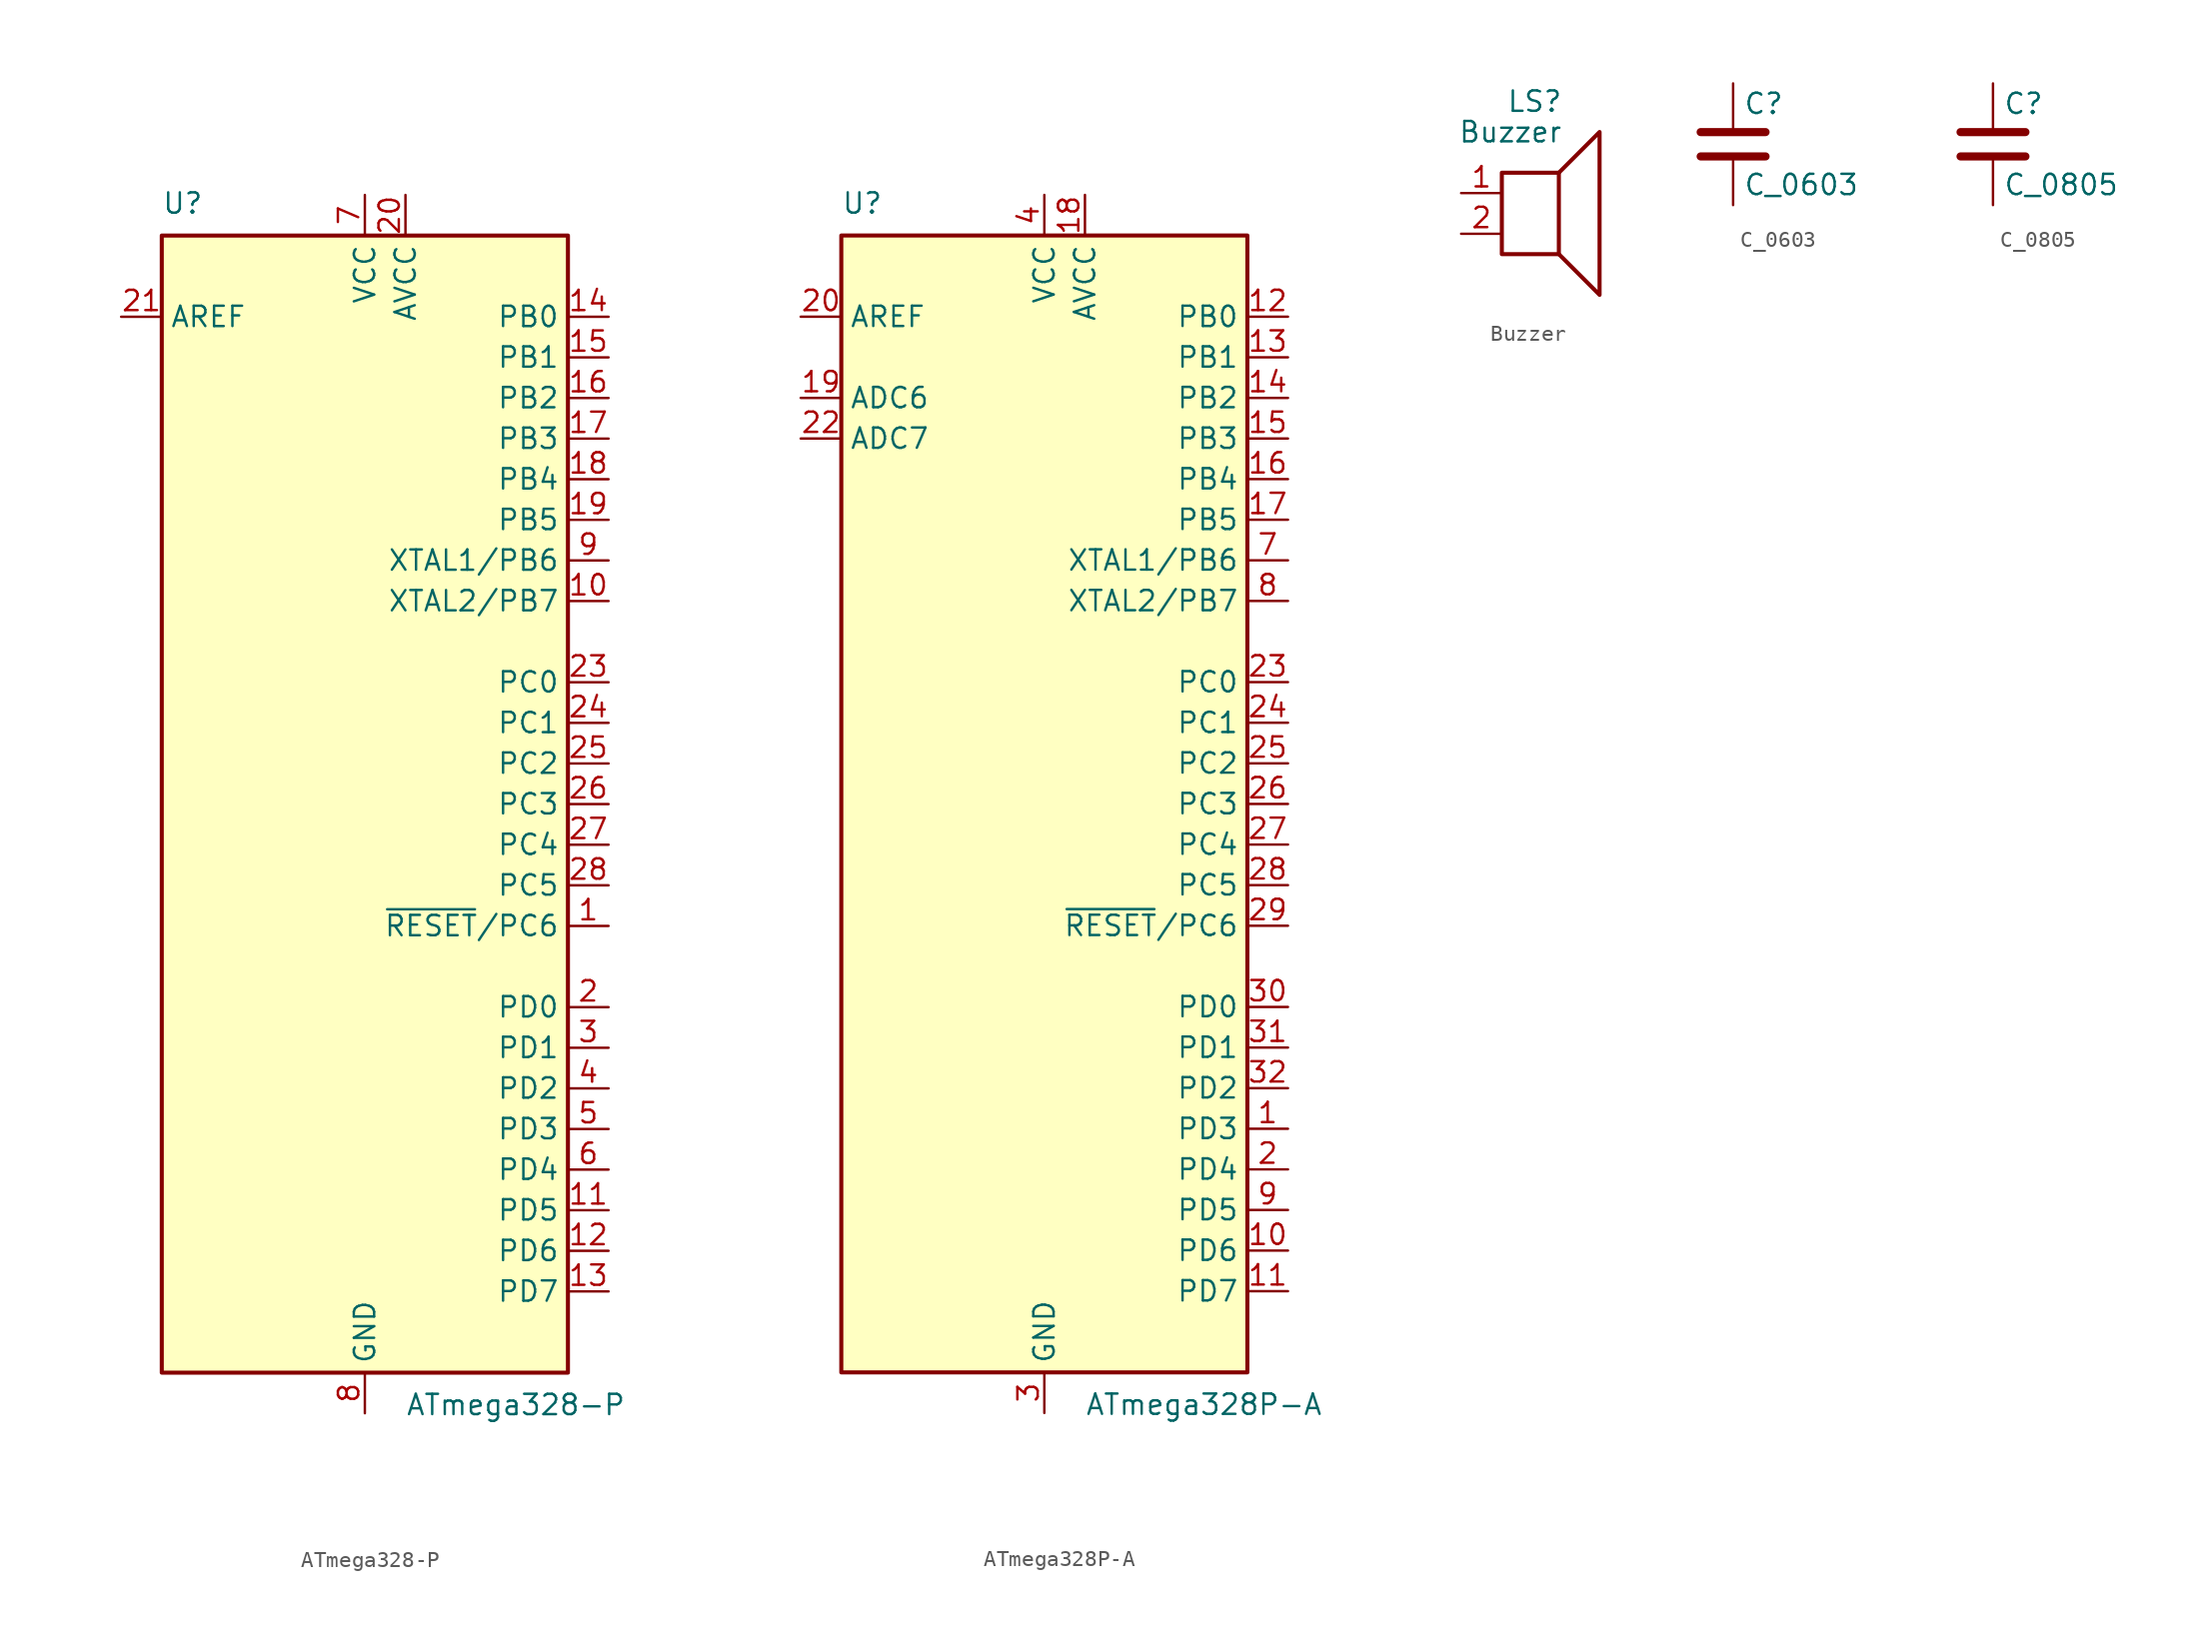
<source format=kicad_sym>
(kicad_symbol_lib
  (version 20211014)
  (generator kicad_symbol_editor)
  (symbol "ATmega328-P"
    (property "Reference" "U"
      (at -12.7 36.83 0)
      (effects (font (size 1.27 1.27)) (justify left bottom)))
    (property "Value" "ATmega328-P"
      (at 2.54 -36.83 0)
      (effects (font (size 1.27 1.27)) (justify left top)))
    (symbol "ATmega328-P_0_1"
      (rectangle (start -12.7 -35.56) (end 12.7 35.56) (stroke (width 0.254) (type default) (color 0 0 0 0)) (fill (type background))))
    (symbol "ATmega328-P_1_1"
      (pin bidirectional line (at 15.24 -7.62 180) (length 2.54) (name "~{RESET}/PC6" (effects (font (size 1.27 1.27)))) (number "1" (effects (font (size 1.27 1.27)))))
      (pin bidirectional line (at 15.24 12.7 180) (length 2.54) (name "XTAL2/PB7" (effects (font (size 1.27 1.27)))) (number "10" (effects (font (size 1.27 1.27)))))
      (pin bidirectional line (at 15.24 -25.4 180) (length 2.54) (name "PD5" (effects (font (size 1.27 1.27)))) (number "11" (effects (font (size 1.27 1.27)))))
      (pin bidirectional line (at 15.24 -27.94 180) (length 2.54) (name "PD6" (effects (font (size 1.27 1.27)))) (number "12" (effects (font (size 1.27 1.27)))))
      (pin bidirectional line (at 15.24 -30.48 180) (length 2.54) (name "PD7" (effects (font (size 1.27 1.27)))) (number "13" (effects (font (size 1.27 1.27)))))
      (pin bidirectional line (at 15.24 30.48 180) (length 2.54) (name "PB0" (effects (font (size 1.27 1.27)))) (number "14" (effects (font (size 1.27 1.27)))))
      (pin bidirectional line (at 15.24 27.94 180) (length 2.54) (name "PB1" (effects (font (size 1.27 1.27)))) (number "15" (effects (font (size 1.27 1.27)))))
      (pin bidirectional line (at 15.24 25.4 180) (length 2.54) (name "PB2" (effects (font (size 1.27 1.27)))) (number "16" (effects (font (size 1.27 1.27)))))
      (pin bidirectional line (at 15.24 22.86 180) (length 2.54) (name "PB3" (effects (font (size 1.27 1.27)))) (number "17" (effects (font (size 1.27 1.27)))))
      (pin bidirectional line (at 15.24 20.32 180) (length 2.54) (name "PB4" (effects (font (size 1.27 1.27)))) (number "18" (effects (font (size 1.27 1.27)))))
      (pin bidirectional line (at 15.24 17.78 180) (length 2.54) (name "PB5" (effects (font (size 1.27 1.27)))) (number "19" (effects (font (size 1.27 1.27)))))
      (pin bidirectional line (at 15.24 -12.7 180) (length 2.54) (name "PD0" (effects (font (size 1.27 1.27)))) (number "2" (effects (font (size 1.27 1.27)))))
      (pin power_in line (at 2.54 38.1 270) (length 2.54) (name "AVCC" (effects (font (size 1.27 1.27)))) (number "20" (effects (font (size 1.27 1.27)))))
      (pin passive line (at -15.24 30.48 0) (length 2.54) (name "AREF" (effects (font (size 1.27 1.27)))) (number "21" (effects (font (size 1.27 1.27)))))
      (pin passive line (at 0 -38.1 90) (length 2.54) hide (name "GND" (effects (font (size 1.27 1.27)))) (number "22" (effects (font (size 1.27 1.27)))))
      (pin bidirectional line (at 15.24 7.62 180) (length 2.54) (name "PC0" (effects (font (size 1.27 1.27)))) (number "23" (effects (font (size 1.27 1.27)))))
      (pin bidirectional line (at 15.24 5.08 180) (length 2.54) (name "PC1" (effects (font (size 1.27 1.27)))) (number "24" (effects (font (size 1.27 1.27)))))
      (pin bidirectional line (at 15.24 2.54 180) (length 2.54) (name "PC2" (effects (font (size 1.27 1.27)))) (number "25" (effects (font (size 1.27 1.27)))))
      (pin bidirectional line (at 15.24 0 180) (length 2.54) (name "PC3" (effects (font (size 1.27 1.27)))) (number "26" (effects (font (size 1.27 1.27)))))
      (pin bidirectional line (at 15.24 -2.54 180) (length 2.54) (name "PC4" (effects (font (size 1.27 1.27)))) (number "27" (effects (font (size 1.27 1.27)))))
      (pin bidirectional line (at 15.24 -5.08 180) (length 2.54) (name "PC5" (effects (font (size 1.27 1.27)))) (number "28" (effects (font (size 1.27 1.27)))))
      (pin bidirectional line (at 15.24 -15.24 180) (length 2.54) (name "PD1" (effects (font (size 1.27 1.27)))) (number "3" (effects (font (size 1.27 1.27)))))
      (pin bidirectional line (at 15.24 -17.78 180) (length 2.54) (name "PD2" (effects (font (size 1.27 1.27)))) (number "4" (effects (font (size 1.27 1.27)))))
      (pin bidirectional line (at 15.24 -20.32 180) (length 2.54) (name "PD3" (effects (font (size 1.27 1.27)))) (number "5" (effects (font (size 1.27 1.27)))))
      (pin bidirectional line (at 15.24 -22.86 180) (length 2.54) (name "PD4" (effects (font (size 1.27 1.27)))) (number "6" (effects (font (size 1.27 1.27)))))
      (pin power_in line (at 0 38.1 270) (length 2.54) (name "VCC" (effects (font (size 1.27 1.27)))) (number "7" (effects (font (size 1.27 1.27)))))
      (pin power_in line (at 0 -38.1 90) (length 2.54) (name "GND" (effects (font (size 1.27 1.27)))) (number "8" (effects (font (size 1.27 1.27)))))
      (pin bidirectional line (at 15.24 15.24 180) (length 2.54) (name "XTAL1/PB6" (effects (font (size 1.27 1.27)))) (number "9" (effects (font (size 1.27 1.27)))))))
  (symbol "ATmega328P-A"
    (property "Reference" "U"
      (at -12.7 36.83 0)
      (effects (font (size 1.27 1.27)) (justify left bottom)))
    (property "Value" "ATmega328P-A"
      (at 2.54 -36.83 0)
      (effects (font (size 1.27 1.27)) (justify left top)))
    (symbol "ATmega328P-A_0_1"
      (rectangle (start -12.7 -35.56) (end 12.7 35.56) (stroke (width 0.254) (type default) (color 0 0 0 0)) (fill (type background))))
    (symbol "ATmega328P-A_1_1"
      (pin bidirectional line (at 15.24 -20.32 180) (length 2.54) (name "PD3" (effects (font (size 1.27 1.27)))) (number "1" (effects (font (size 1.27 1.27)))))
      (pin bidirectional line (at 15.24 -27.94 180) (length 2.54) (name "PD6" (effects (font (size 1.27 1.27)))) (number "10" (effects (font (size 1.27 1.27)))))
      (pin bidirectional line (at 15.24 -30.48 180) (length 2.54) (name "PD7" (effects (font (size 1.27 1.27)))) (number "11" (effects (font (size 1.27 1.27)))))
      (pin bidirectional line (at 15.24 30.48 180) (length 2.54) (name "PB0" (effects (font (size 1.27 1.27)))) (number "12" (effects (font (size 1.27 1.27)))))
      (pin bidirectional line (at 15.24 27.94 180) (length 2.54) (name "PB1" (effects (font (size 1.27 1.27)))) (number "13" (effects (font (size 1.27 1.27)))))
      (pin bidirectional line (at 15.24 25.4 180) (length 2.54) (name "PB2" (effects (font (size 1.27 1.27)))) (number "14" (effects (font (size 1.27 1.27)))))
      (pin bidirectional line (at 15.24 22.86 180) (length 2.54) (name "PB3" (effects (font (size 1.27 1.27)))) (number "15" (effects (font (size 1.27 1.27)))))
      (pin bidirectional line (at 15.24 20.32 180) (length 2.54) (name "PB4" (effects (font (size 1.27 1.27)))) (number "16" (effects (font (size 1.27 1.27)))))
      (pin bidirectional line (at 15.24 17.78 180) (length 2.54) (name "PB5" (effects (font (size 1.27 1.27)))) (number "17" (effects (font (size 1.27 1.27)))))
      (pin power_in line (at 2.54 38.1 270) (length 2.54) (name "AVCC" (effects (font (size 1.27 1.27)))) (number "18" (effects (font (size 1.27 1.27)))))
      (pin input line (at -15.24 25.4 0) (length 2.54) (name "ADC6" (effects (font (size 1.27 1.27)))) (number "19" (effects (font (size 1.27 1.27)))))
      (pin bidirectional line (at 15.24 -22.86 180) (length 2.54) (name "PD4" (effects (font (size 1.27 1.27)))) (number "2" (effects (font (size 1.27 1.27)))))
      (pin passive line (at -15.24 30.48 0) (length 2.54) (name "AREF" (effects (font (size 1.27 1.27)))) (number "20" (effects (font (size 1.27 1.27)))))
      (pin passive line (at 0 -38.1 90) (length 2.54) hide (name "GND" (effects (font (size 1.27 1.27)))) (number "21" (effects (font (size 1.27 1.27)))))
      (pin input line (at -15.24 22.86 0) (length 2.54) (name "ADC7" (effects (font (size 1.27 1.27)))) (number "22" (effects (font (size 1.27 1.27)))))
      (pin bidirectional line (at 15.24 7.62 180) (length 2.54) (name "PC0" (effects (font (size 1.27 1.27)))) (number "23" (effects (font (size 1.27 1.27)))))
      (pin bidirectional line (at 15.24 5.08 180) (length 2.54) (name "PC1" (effects (font (size 1.27 1.27)))) (number "24" (effects (font (size 1.27 1.27)))))
      (pin bidirectional line (at 15.24 2.54 180) (length 2.54) (name "PC2" (effects (font (size 1.27 1.27)))) (number "25" (effects (font (size 1.27 1.27)))))
      (pin bidirectional line (at 15.24 0 180) (length 2.54) (name "PC3" (effects (font (size 1.27 1.27)))) (number "26" (effects (font (size 1.27 1.27)))))
      (pin bidirectional line (at 15.24 -2.54 180) (length 2.54) (name "PC4" (effects (font (size 1.27 1.27)))) (number "27" (effects (font (size 1.27 1.27)))))
      (pin bidirectional line (at 15.24 -5.08 180) (length 2.54) (name "PC5" (effects (font (size 1.27 1.27)))) (number "28" (effects (font (size 1.27 1.27)))))
      (pin bidirectional line (at 15.24 -7.62 180) (length 2.54) (name "~{RESET}/PC6" (effects (font (size 1.27 1.27)))) (number "29" (effects (font (size 1.27 1.27)))))
      (pin power_in line (at 0 -38.1 90) (length 2.54) (name "GND" (effects (font (size 1.27 1.27)))) (number "3" (effects (font (size 1.27 1.27)))))
      (pin bidirectional line (at 15.24 -12.7 180) (length 2.54) (name "PD0" (effects (font (size 1.27 1.27)))) (number "30" (effects (font (size 1.27 1.27)))))
      (pin bidirectional line (at 15.24 -15.24 180) (length 2.54) (name "PD1" (effects (font (size 1.27 1.27)))) (number "31" (effects (font (size 1.27 1.27)))))
      (pin bidirectional line (at 15.24 -17.78 180) (length 2.54) (name "PD2" (effects (font (size 1.27 1.27)))) (number "32" (effects (font (size 1.27 1.27)))))
      (pin power_in line (at 0 38.1 270) (length 2.54) (name "VCC" (effects (font (size 1.27 1.27)))) (number "4" (effects (font (size 1.27 1.27)))))
      (pin passive line (at 0 -38.1 90) (length 2.54) hide (name "GND" (effects (font (size 1.27 1.27)))) (number "5" (effects (font (size 1.27 1.27)))))
      (pin passive line (at 0 38.1 270) (length 2.54) hide (name "VCC" (effects (font (size 1.27 1.27)))) (number "6" (effects (font (size 1.27 1.27)))))
      (pin bidirectional line (at 15.24 15.24 180) (length 2.54) (name "XTAL1/PB6" (effects (font (size 1.27 1.27)))) (number "7" (effects (font (size 1.27 1.27)))))
      (pin bidirectional line (at 15.24 12.7 180) (length 2.54) (name "XTAL2/PB7" (effects (font (size 1.27 1.27)))) (number "8" (effects (font (size 1.27 1.27)))))
      (pin bidirectional line (at 15.24 -25.4 180) (length 2.54) (name "PD5" (effects (font (size 1.27 1.27)))) (number "9" (effects (font (size 1.27 1.27)))))))
  (symbol "Buzzer"
    (pin_names
      (offset 0) hide)
    (property "Reference" "LS"
      (at 1.27 5.715 0)
      (effects (font (size 1.27 1.27)) (justify right)))
    (property "Value" "Buzzer"
      (at 1.27 3.81 0)
      (effects (font (size 1.27 1.27)) (justify right)))
    (symbol "Buzzer_0_0"
      (rectangle (start -2.54 1.27) (end 1.016 -3.81) (stroke (width 0.254) (type default) (color 0 0 0 0)) (fill (type none)))
      (polyline (pts (xy 1.016 1.27) (xy 3.556 3.81) (xy 3.556 -6.35) (xy 1.016 -3.81)) (stroke (width 0.254) (type default) (color 0 0 0 0)) (fill (type none))))
    (symbol "Buzzer_1_1"
      (pin input line (at -5.08 0 0) (length 2.54) (name "1" (effects (font (size 1.27 1.27)))) (number "1" (effects (font (size 1.27 1.27)))))
      (pin input line (at -5.08 -2.54 0) (length 2.54) (name "2" (effects (font (size 1.27 1.27)))) (number "2" (effects (font (size 1.27 1.27)))))))
  (symbol "C_0603"
    (pin_numbers hide)
    (pin_names
      (offset 0.254))
    (property "Reference" "C"
      (at 0.635 2.54 0)
      (effects (font (size 1.27 1.27)) (justify left)))
    (property "Value" "C_0603"
      (at 0.635 -2.54 0)
      (effects (font (size 1.27 1.27)) (justify left)))
    (symbol "C_0603_0_1"
      (polyline (pts (xy -2.032 -0.762) (xy 2.032 -0.762)) (stroke (width 0.508) (type default) (color 0 0 0 0)) (fill (type none)))
      (polyline (pts (xy -2.032 0.762) (xy 2.032 0.762)) (stroke (width 0.508) (type default) (color 0 0 0 0)) (fill (type none))))
    (symbol "C_0603_1_1"
      (pin passive line (at 0 3.81 270) (length 2.794) (name "~" (effects (font (size 1.27 1.27)))) (number "1" (effects (font (size 1.27 1.27)))))
      (pin passive line (at 0 -3.81 90) (length 2.794) (name "~" (effects (font (size 1.27 1.27)))) (number "2" (effects (font (size 1.27 1.27)))))))
  (symbol "C_0805"
    (pin_numbers hide)
    (pin_names
      (offset 0.254))
    (property "Reference" "C"
      (at 0.635 2.54 0)
      (effects (font (size 1.27 1.27)) (justify left)))
    (property "Value" "C_0805"
      (at 0.635 -2.54 0)
      (effects (font (size 1.27 1.27)) (justify left)))
    (symbol "C_0805_0_1"
      (polyline (pts (xy -2.032 -0.762) (xy 2.032 -0.762)) (stroke (width 0.508) (type default) (color 0 0 0 0)) (fill (type none)))
      (polyline (pts (xy -2.032 0.762) (xy 2.032 0.762)) (stroke (width 0.508) (type default) (color 0 0 0 0)) (fill (type none))))
    (symbol "C_0805_1_1"
      (pin passive line (at 0 3.81 270) (length 2.794) (name "~" (effects (font (size 1.27 1.27)))) (number "1" (effects (font (size 1.27 1.27)))))
      (pin passive line (at 0 -3.81 90) (length 2.794) (name "~" (effects (font (size 1.27 1.27)))) (number "2" (effects (font (size 1.27 1.27))))))))
</source>
